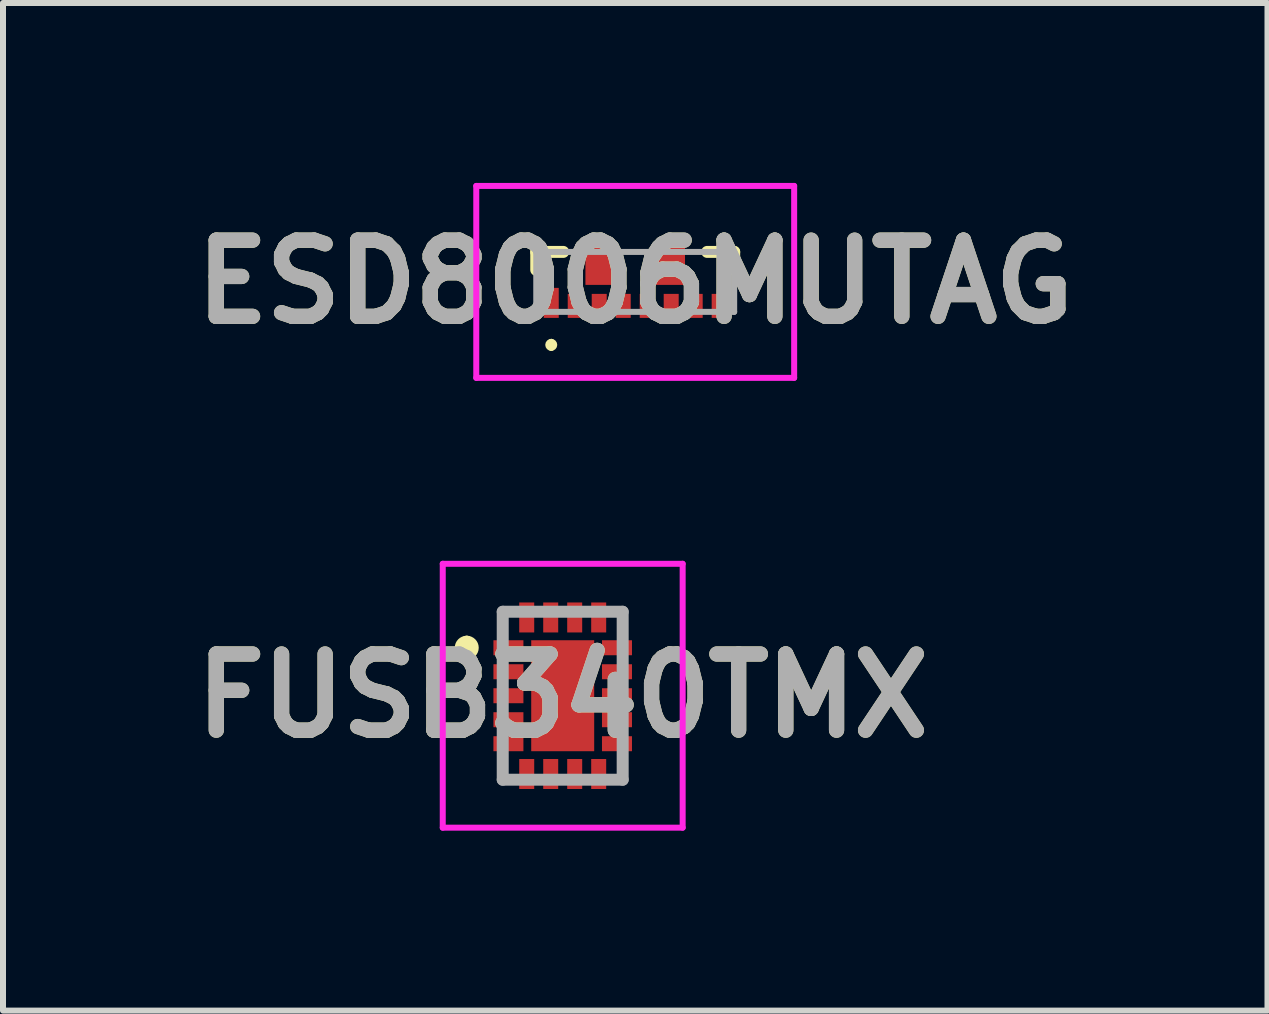
<source format=kicad_pcb>
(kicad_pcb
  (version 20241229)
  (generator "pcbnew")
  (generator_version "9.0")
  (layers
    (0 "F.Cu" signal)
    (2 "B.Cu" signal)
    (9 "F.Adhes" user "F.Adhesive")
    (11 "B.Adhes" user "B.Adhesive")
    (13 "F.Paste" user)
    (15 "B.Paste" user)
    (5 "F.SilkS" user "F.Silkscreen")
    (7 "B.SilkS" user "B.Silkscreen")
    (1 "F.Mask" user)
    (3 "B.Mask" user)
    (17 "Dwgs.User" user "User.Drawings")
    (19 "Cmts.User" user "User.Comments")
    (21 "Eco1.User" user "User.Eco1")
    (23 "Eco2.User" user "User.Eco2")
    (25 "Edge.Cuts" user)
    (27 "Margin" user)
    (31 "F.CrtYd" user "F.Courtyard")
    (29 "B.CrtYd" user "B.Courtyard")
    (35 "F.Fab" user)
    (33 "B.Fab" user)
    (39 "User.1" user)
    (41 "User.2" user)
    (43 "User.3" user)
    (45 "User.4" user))
  (footprint "FUSB340TMX"
    (layer "F.Cu")
    (at 6.332 8.55)
    (property "Reference" "FUSB340TMX" (at 0 0 0) (layer "F.SilkS") (effects (font (size 1.27 1.27) (thickness 0.254))))
    (attr smd)
    (fp_line (start -1.6 -0.9) (end -1.6 -0.9) (stroke (width 0.2) (type solid)) (layer "F.SilkS"))
    (fp_line (start -1.6 -0.7) (end -1.6 -0.7) (stroke (width 0.2) (type solid)) (layer "F.SilkS"))
    (fp_arc (start -1.6 -0.9) (mid -1.5 -0.8) (end -1.6 -0.7) (stroke (width 0.2) (type solid)) (layer "F.SilkS"))
    (fp_arc (start -1.6 -0.7) (mid -1.7 -0.8) (end -1.6 -0.9) (stroke (width 0.2) (type solid)) (layer "F.SilkS"))
    (fp_line (start -2 -2.2) (end 2 -2.2) (stroke (width 0.1) (type solid)) (layer "F.CrtYd"))
    (fp_line (start -2 2.2) (end -2 -2.2) (stroke (width 0.1) (type solid)) (layer "F.CrtYd"))
    (fp_line (start 2 -2.2) (end 2 2.2) (stroke (width 0.1) (type solid)) (layer "F.CrtYd"))
    (fp_line (start 2 2.2) (end -2 2.2) (stroke (width 0.1) (type solid)) (layer "F.CrtYd"))
    (fp_line (start -1 -1.4) (end 1 -1.4) (stroke (width 0.2) (type solid)) (layer "F.Fab"))
    (fp_line (start -1 1.4) (end -1 -1.4) (stroke (width 0.2) (type solid)) (layer "F.Fab"))
    (fp_line (start 1 -1.4) (end 1 1.4) (stroke (width 0.2) (type solid)) (layer "F.Fab"))
    (fp_line (start 1 1.4) (end -1 1.4) (stroke (width 0.2) (type solid)) (layer "F.Fab"))
    (fp_text user "${REFERENCE}" (at 0 0 0) (layer "F.Fab") (effects (font (size 1.27 1.27) (thickness 0.254))))
    (pad "1" smd rect (at -0.905 -0.8 90) (size 0.25 0.5) (layers "F.Cu" "F.Mask" "F.Paste"))
    (pad "2" smd rect (at -0.905 -0.4 90) (size 0.25 0.5) (layers "F.Cu" "F.Mask" "F.Paste"))
    (pad "3" smd rect (at -0.905 0 90) (size 0.25 0.5) (layers "F.Cu" "F.Mask" "F.Paste"))
    (pad "4" smd rect (at -0.905 0.4 90) (size 0.25 0.5) (layers "F.Cu" "F.Mask" "F.Paste"))
    (pad "5" smd rect (at -0.905 0.8 90) (size 0.25 0.5) (layers "F.Cu" "F.Mask" "F.Paste"))
    (pad "6" smd rect (at -0.6 1.305) (size 0.25 0.5) (layers "F.Cu" "F.Mask" "F.Paste"))
    (pad "7" smd rect (at -0.2 1.305) (size 0.25 0.5) (layers "F.Cu" "F.Mask" "F.Paste"))
    (pad "8" smd rect (at 0.2 1.305) (size 0.25 0.5) (layers "F.Cu" "F.Mask" "F.Paste"))
    (pad "9" smd rect (at 0.6 1.305) (size 0.25 0.5) (layers "F.Cu" "F.Mask" "F.Paste"))
    (pad "10" smd rect (at 0.905 0.8 90) (size 0.25 0.5) (layers "F.Cu" "F.Mask" "F.Paste"))
    (pad "11" smd rect (at 0.905 0.4 90) (size 0.25 0.5) (layers "F.Cu" "F.Mask" "F.Paste"))
    (pad "12" smd rect (at 0.905 0 90) (size 0.25 0.5) (layers "F.Cu" "F.Mask" "F.Paste"))
    (pad "13" smd rect (at 0.905 -0.4 90) (size 0.25 0.5) (layers "F.Cu" "F.Mask" "F.Paste"))
    (pad "14" smd rect (at 0.905 -0.8 90) (size 0.25 0.5) (layers "F.Cu" "F.Mask" "F.Paste"))
    (pad "15" smd rect (at 0.6 -1.305) (size 0.25 0.5) (layers "F.Cu" "F.Mask" "F.Paste"))
    (pad "16" smd rect (at 0.2 -1.305) (size 0.25 0.5) (layers "F.Cu" "F.Mask" "F.Paste"))
    (pad "17" smd rect (at -0.2 -1.305) (size 0.25 0.5) (layers "F.Cu" "F.Mask" "F.Paste"))
    (pad "18" smd rect (at -0.6 -1.305) (size 0.25 0.5) (layers "F.Cu" "F.Mask" "F.Paste"))
    (pad "19" smd rect (at 0 0) (size 1.05 1.85) (layers "F.Cu" "F.Mask" "F.Paste")))
  (footprint "ESD8006MUTAG"
    (layer "F.Cu")
    (at 7.541 1.65)
    (property "Reference" "ESD8006MUTAG" (at 0 0 0) (layer "F.SilkS") (effects (font (size 1.27 1.27) (thickness 0.254))))
    (attr smd)
    (fp_line (start -1.65 -0.5) (end -1.65 -0.2) (stroke (width 0.2) (type solid)) (layer "F.SilkS"))
    (fp_line (start -1.4 1) (end -1.4 1) (stroke (width 0.1) (type solid)) (layer "F.SilkS"))
    (fp_line (start -1.4 1.1) (end -1.4 1.1) (stroke (width 0.1) (type solid)) (layer "F.SilkS"))
    (fp_line (start -1.2 -0.5) (end -1.65 -0.5) (stroke (width 0.2) (type solid)) (layer "F.SilkS"))
    (fp_line (start 1.2 -0.5) (end 1.65 -0.5) (stroke (width 0.2) (type solid)) (layer "F.SilkS"))
    (fp_line (start 1.65 -0.5) (end 1.65 -0.2) (stroke (width 0.2) (type solid)) (layer "F.SilkS"))
    (fp_arc (start -1.4 1) (mid -1.35 1.05) (end -1.4 1.1) (stroke (width 0.1) (type solid)) (layer "F.SilkS"))
    (fp_arc (start -1.4 1.1) (mid -1.45 1.05) (end -1.4 1) (stroke (width 0.1) (type solid)) (layer "F.SilkS"))
    (fp_line (start -2.65 -1.6) (end 2.65 -1.6) (stroke (width 0.1) (type solid)) (layer "F.CrtYd"))
    (fp_line (start -2.65 1.6) (end -2.65 -1.6) (stroke (width 0.1) (type solid)) (layer "F.CrtYd"))
    (fp_line (start 2.65 -1.6) (end 2.65 1.6) (stroke (width 0.1) (type solid)) (layer "F.CrtYd"))
    (fp_line (start 2.65 1.6) (end -2.65 1.6) (stroke (width 0.1) (type solid)) (layer "F.CrtYd"))
    (fp_line (start -1.65 -0.5) (end 1.65 -0.5) (stroke (width 0.1) (type solid)) (layer "F.Fab"))
    (fp_line (start -1.65 0.5) (end -1.65 -0.5) (stroke (width 0.1) (type solid)) (layer "F.Fab"))
    (fp_line (start 1.65 -0.5) (end 1.65 0.5) (stroke (width 0.1) (type solid)) (layer "F.Fab"))
    (fp_line (start 1.65 0.5) (end -1.65 0.5) (stroke (width 0.1) (type solid)) (layer "F.Fab"))
    (fp_text user "${REFERENCE}" (at 0 0 0) (layer "F.Fab") (effects (font (size 1.27 1.27) (thickness 0.254))))
    (pad "1" smd rect (at -1.4 0.35) (size 0.25 0.5) (layers "F.Cu" "F.Mask" "F.Paste"))
    (pad "2" smd rect (at -1 0.4) (size 0.25 0.4) (layers "F.Cu" "F.Mask" "F.Paste"))
    (pad "3" smd rect (at -0.6 0.4) (size 0.25 0.4) (layers "F.Cu" "F.Mask" "F.Paste"))
    (pad "4" smd rect (at -0.2 0.4) (size 0.25 0.4) (layers "F.Cu" "F.Mask" "F.Paste"))
    (pad "5" smd rect (at 0.2 0.4) (size 0.25 0.4) (layers "F.Cu" "F.Mask" "F.Paste"))
    (pad "6" smd rect (at 0.6 0.4) (size 0.25 0.4) (layers "F.Cu" "F.Mask" "F.Paste"))
    (pad "7" smd rect (at 1 0.4) (size 0.25 0.4) (layers "F.Cu" "F.Mask" "F.Paste"))
    (pad "8" smd rect (at 1.4 0.4) (size 0.25 0.4) (layers "F.Cu" "F.Mask" "F.Paste"))
    (pad "9" smd rect (at 0.58 -0.275) (size 0.5 0.65) (layers "F.Cu" "F.Mask" "F.Paste"))
    (pad "10" smd rect (at -0.58 -0.275) (size 0.5 0.65) (layers "F.Cu" "F.Mask" "F.Paste")))
  (gr_rect
    (start -3 -3)
    (end 18.083 13.8)
    (stroke (width 0.1) (type default))
    (fill no)
    (layer "Edge.Cuts")))
</source>
